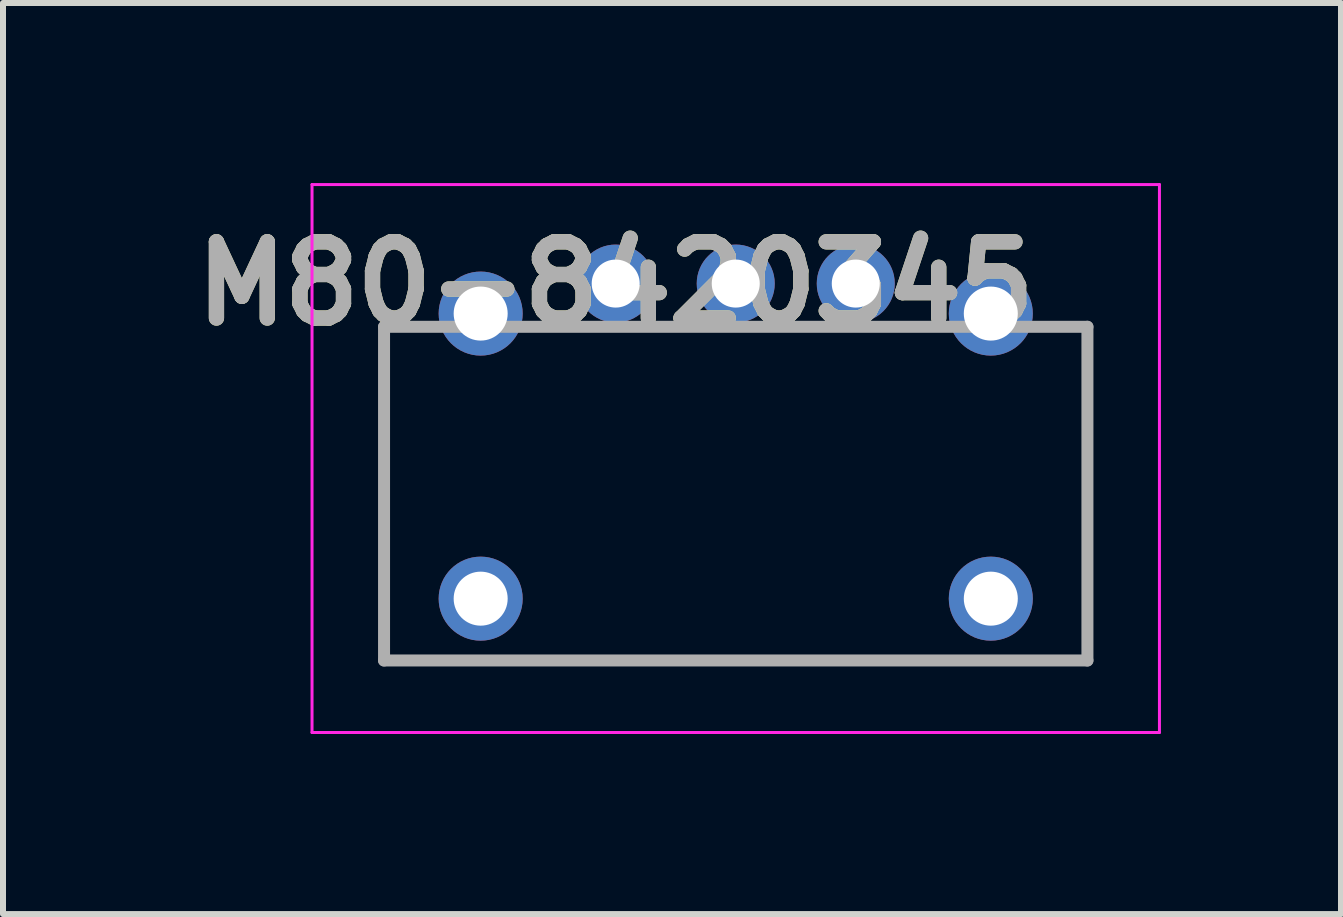
<source format=kicad_pcb>
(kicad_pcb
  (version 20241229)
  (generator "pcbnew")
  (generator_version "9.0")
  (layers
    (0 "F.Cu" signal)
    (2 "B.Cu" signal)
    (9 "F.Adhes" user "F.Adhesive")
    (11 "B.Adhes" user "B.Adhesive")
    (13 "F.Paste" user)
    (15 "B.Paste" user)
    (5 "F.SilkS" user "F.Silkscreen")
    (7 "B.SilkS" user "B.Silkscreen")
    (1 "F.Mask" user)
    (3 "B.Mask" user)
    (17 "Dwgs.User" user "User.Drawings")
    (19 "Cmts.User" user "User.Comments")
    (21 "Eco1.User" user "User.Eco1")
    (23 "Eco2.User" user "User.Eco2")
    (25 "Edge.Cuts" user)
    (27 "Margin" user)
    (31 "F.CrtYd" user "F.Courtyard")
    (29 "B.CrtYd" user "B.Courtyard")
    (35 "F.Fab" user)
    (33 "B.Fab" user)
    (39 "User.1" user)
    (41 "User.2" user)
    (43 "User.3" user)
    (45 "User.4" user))
  (footprint "M80-8420345"
    (layer "F.Cu")
    (at 7.209 1.675)
    (property "Reference" "M80-8420345" (at 0 0 0) (layer "F.SilkS") (effects (font (size 1.27 1.27) (thickness 0.254))))
    (attr through_hole)
    (fp_line (start -3.86 6.28) (end -3.86 0.72) (stroke (width 0.1) (type solid)) (layer "F.SilkS"))
    (fp_line (start 7.86 0.72) (end 7.86 6.28) (stroke (width 0.1) (type solid)) (layer "F.SilkS"))
    (fp_line (start 7.86 6.28) (end -3.86 6.28) (stroke (width 0.1) (type solid)) (layer "F.SilkS"))
    (fp_line (start -5.06 -1.65) (end 9.06 -1.65) (stroke (width 0.05) (type solid)) (layer "F.CrtYd"))
    (fp_line (start -5.06 7.48) (end -5.06 -1.65) (stroke (width 0.05) (type solid)) (layer "F.CrtYd"))
    (fp_line (start 9.06 -1.65) (end 9.06 7.48) (stroke (width 0.05) (type solid)) (layer "F.CrtYd"))
    (fp_line (start 9.06 7.48) (end -5.06 7.48) (stroke (width 0.05) (type solid)) (layer "F.CrtYd"))
    (fp_line (start -3.86 0.72) (end 7.86 0.72) (stroke (width 0.2) (type solid)) (layer "F.Fab"))
    (fp_line (start -3.86 6.28) (end -3.86 0.72) (stroke (width 0.2) (type solid)) (layer "F.Fab"))
    (fp_line (start 7.86 0.72) (end 7.86 6.28) (stroke (width 0.2) (type solid)) (layer "F.Fab"))
    (fp_line (start 7.86 6.28) (end -3.86 6.28) (stroke (width 0.2) (type solid)) (layer "F.Fab"))
    (fp_text user "${REFERENCE}" (at 0 0 0) (layer "F.Fab") (effects (font (size 1.27 1.27) (thickness 0.254))))
    (pad "1" thru_hole circle (at 0 0) (size 1.3 1.3) (drill 0.8) (layers "*.Cu" "*.Mask"))
    (pad "2" thru_hole circle (at 2 0) (size 1.3 1.3) (drill 0.8) (layers "*.Cu" "*.Mask"))
    (pad "3" thru_hole circle (at 4 0) (size 1.3 1.3) (drill 0.8) (layers "*.Cu" "*.Mask"))
    (pad "MH" thru_hole circle (at -2.25 0.5) (size 1.4 1.4) (drill 0.9) (layers "*.Cu" "*.Mask"))
    (pad "MH" thru_hole circle (at -2.25 5.25) (size 1.4 1.4) (drill 0.9) (layers "*.Cu" "*.Mask"))
    (pad "MH" thru_hole circle (at 6.25 0.5) (size 1.4 1.4) (drill 0.9) (layers "*.Cu" "*.Mask"))
    (pad "MH" thru_hole circle (at 6.25 5.25) (size 1.4 1.4) (drill 0.9) (layers "*.Cu" "*.Mask")))
  (gr_rect
    (start -3 -3)
    (end 19.294 12.18)
    (stroke (width 0.1) (type default))
    (fill no)
    (layer "Edge.Cuts")))
</source>
